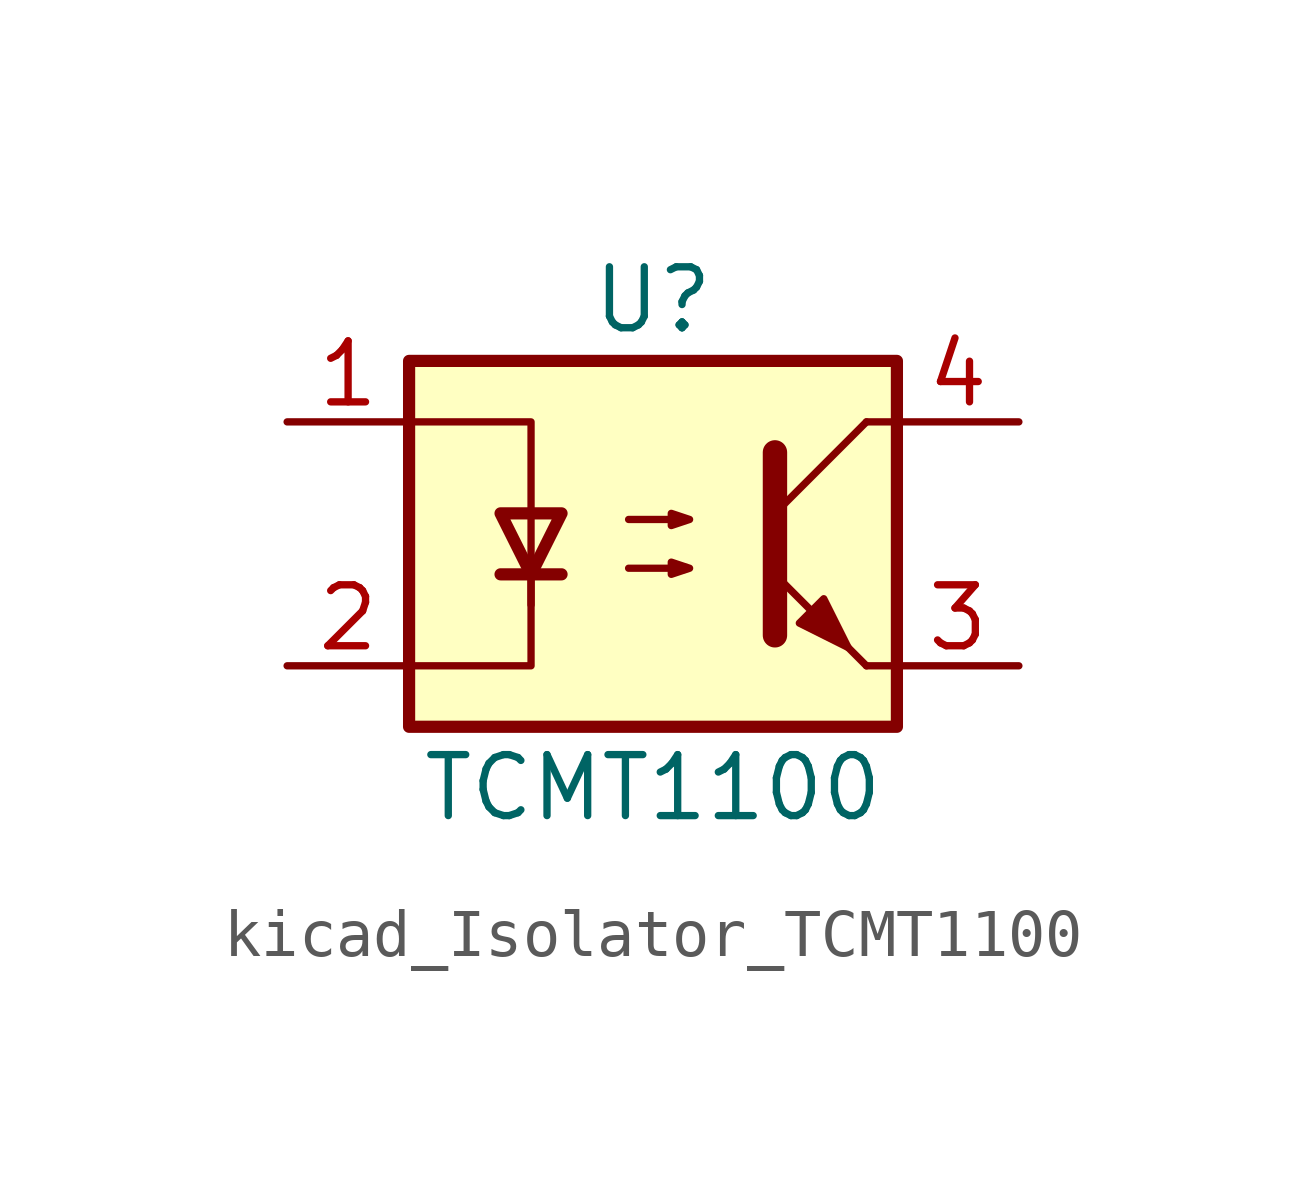
<source format=kicad_sym>
(kicad_symbol_lib
  (version 20220914)
  (generator kicad_symbol_editor)
  (symbol "kicad_Isolator_TCMT1100"
    (pin_names
      (offset 1.016))
    (property "Reference" "U"
      (at 0 5.08 0)
      (effects (font (size 1.27 1.27))))
    (property "Value" "TCMT1100"
      (at 0 -5.08 0)
      (effects (font (size 1.27 1.27))))
    (symbol "kicad_Isolator_TCMT1100_1_1"
      (rectangle (start -5.08 3.81) (end 5.08 -3.81) (stroke (width 0.254) (type default)) (fill (type background)))
      (polyline (pts (xy -3.175 -0.635) (xy -1.905 -0.635)) (stroke (width 0.254) (type default)) (fill (type none)))
      (polyline (pts (xy 2.54 0.635) (xy 4.445 2.54)) (stroke (width 0) (type default)) (fill (type none)))
      (polyline (pts (xy 4.445 -2.54) (xy 2.54 -0.635)) (stroke (width 0) (type default)) (fill (type outline)))
      (polyline (pts (xy 4.445 -2.54) (xy 5.08 -2.54)) (stroke (width 0) (type default)) (fill (type none)))
      (polyline (pts (xy 4.445 2.54) (xy 5.08 2.54)) (stroke (width 0) (type default)) (fill (type none)))
      (polyline (pts (xy -2.54 -0.635) (xy -2.54 -2.54) (xy -5.08 -2.54)) (stroke (width 0) (type default)) (fill (type none)))
      (polyline (pts (xy 2.54 1.905) (xy 2.54 -1.905) (xy 2.54 -1.905)) (stroke (width 0.508) (type default)) (fill (type none)))
      (polyline (pts (xy -5.08 2.54) (xy -2.54 2.54) (xy -2.54 -1.27) (xy -2.54 0.635)) (stroke (width 0) (type default)) (fill (type none)))
      (polyline (pts (xy -2.54 -0.635) (xy -3.175 0.635) (xy -1.905 0.635) (xy -2.54 -0.635)) (stroke (width 0.254) (type default)) (fill (type none)))
      (polyline (pts (xy -0.508 -0.508) (xy 0.762 -0.508) (xy 0.381 -0.635) (xy 0.381 -0.381) (xy 0.762 -0.508)) (stroke (width 0) (type default)) (fill (type none)))
      (polyline (pts (xy -0.508 0.508) (xy 0.762 0.508) (xy 0.381 0.381) (xy 0.381 0.635) (xy 0.762 0.508)) (stroke (width 0) (type default)) (fill (type none)))
      (polyline (pts (xy 3.048 -1.651) (xy 3.556 -1.143) (xy 4.064 -2.159) (xy 3.048 -1.651) (xy 3.048 -1.651)) (stroke (width 0) (type default)) (fill (type outline)))
      (pin passive line (at -7.62 2.54 0) (length 2.54) (name "~" (effects (font (size 1.27 1.27)))) (number "1" (effects (font (size 1.27 1.27)))))
      (pin passive line (at -7.62 -2.54 0) (length 2.54) (name "~" (effects (font (size 1.27 1.27)))) (number "2" (effects (font (size 1.27 1.27)))))
      (pin passive line (at 7.62 -2.54 180) (length 2.54) (name "~" (effects (font (size 1.27 1.27)))) (number "3" (effects (font (size 1.27 1.27)))))
      (pin passive line (at 7.62 2.54 180) (length 2.54) (name "~" (effects (font (size 1.27 1.27)))) (number "4" (effects (font (size 1.27 1.27))))))))
</source>
